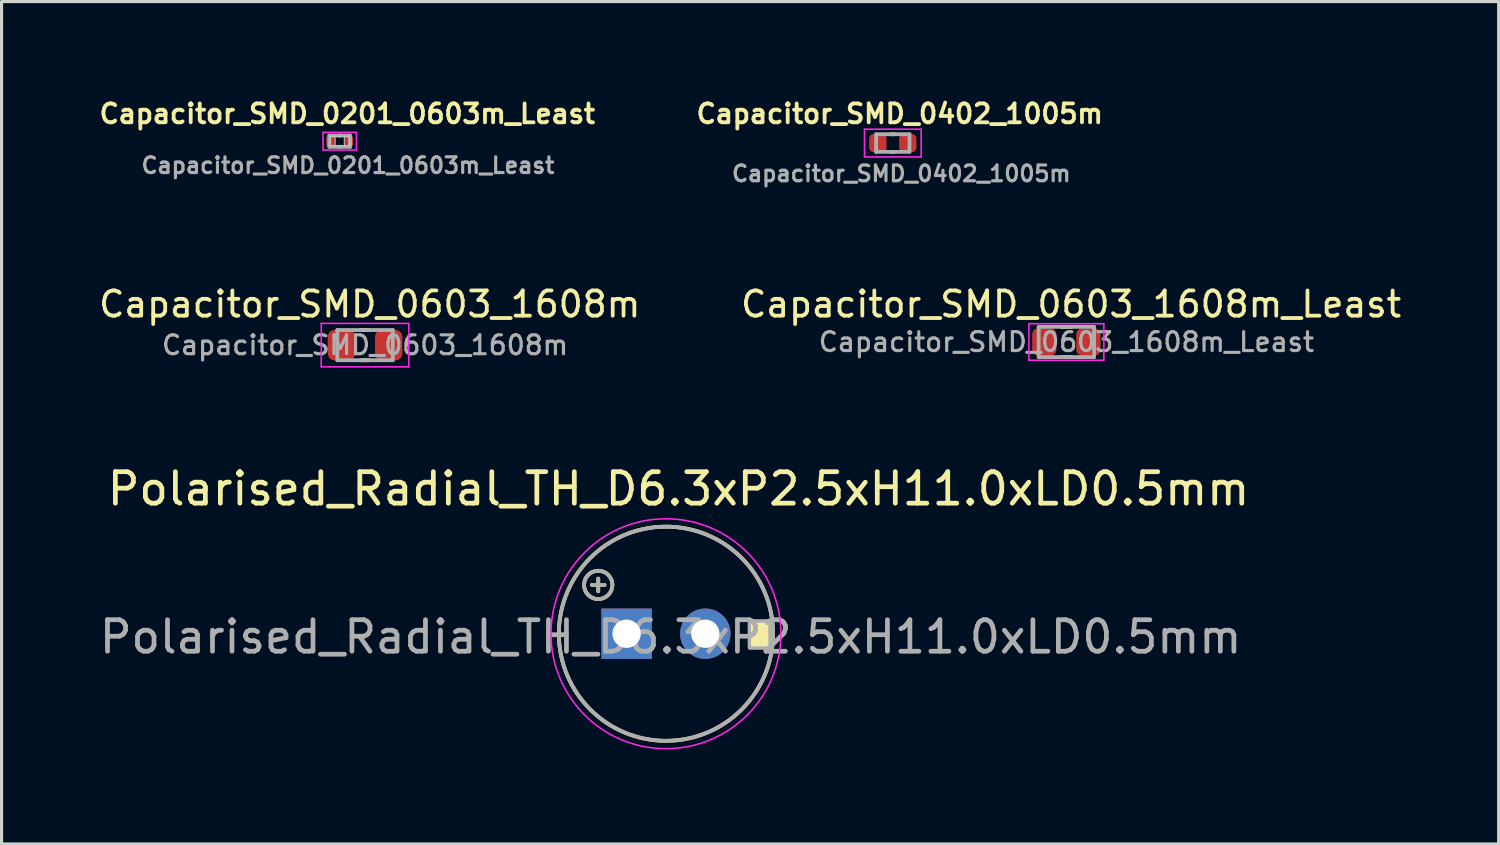
<source format=kicad_pcb>
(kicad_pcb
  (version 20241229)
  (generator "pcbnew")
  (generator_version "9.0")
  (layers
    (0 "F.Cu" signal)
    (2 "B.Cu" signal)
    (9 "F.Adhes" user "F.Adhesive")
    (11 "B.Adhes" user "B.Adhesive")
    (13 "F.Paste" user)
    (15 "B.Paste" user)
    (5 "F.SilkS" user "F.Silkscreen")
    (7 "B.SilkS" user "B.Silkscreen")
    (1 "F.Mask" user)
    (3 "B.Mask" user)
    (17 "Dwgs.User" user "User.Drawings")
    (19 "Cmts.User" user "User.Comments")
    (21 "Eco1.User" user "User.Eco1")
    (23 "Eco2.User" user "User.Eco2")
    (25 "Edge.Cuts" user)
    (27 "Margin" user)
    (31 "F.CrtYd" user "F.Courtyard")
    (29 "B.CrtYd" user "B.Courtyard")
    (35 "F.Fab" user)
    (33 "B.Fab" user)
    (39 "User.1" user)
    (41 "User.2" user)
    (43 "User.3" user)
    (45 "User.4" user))
  (footprint "Capacitor_SMD_0603_1608m_Least"
    (layer "F.Cu")
    (at 30.807 7.808)
    (property "Reference" "Capacitor_SMD_0603_1608m_Least" (at 0.15 -1.2 0) (layer "F.SilkS") (effects (font (size 0.8 0.8) (thickness 0.12))))
    (attr smd)
    (fp_line (start -0.165 -0.48) (end 0.165 -0.48) (stroke (width 0.12) (type solid)) (layer "F.SilkS"))
    (fp_line (start -0.165 0.48) (end 0.165 0.48) (stroke (width 0.12) (type solid)) (layer "F.SilkS"))
    (fp_line (start -1.19 -0.58) (end 1.19 -0.58) (stroke (width 0.05) (type solid)) (layer "F.CrtYd"))
    (fp_line (start -1.19 0.58) (end -1.19 -0.58) (stroke (width 0.05) (type solid)) (layer "F.CrtYd"))
    (fp_line (start 1.19 -0.58) (end 1.19 0.58) (stroke (width 0.05) (type solid)) (layer "F.CrtYd"))
    (fp_line (start 1.19 0.58) (end -1.19 0.58) (stroke (width 0.05) (type solid)) (layer "F.CrtYd"))
    (fp_line (start -0.88 -0.48) (end 0.88 -0.48) (stroke (width 0.12) (type solid)) (layer "F.Fab"))
    (fp_line (start -0.88 0.48) (end -0.88 -0.48) (stroke (width 0.12) (type solid)) (layer "F.Fab"))
    (fp_line (start 0.88 -0.48) (end 0.88 0.48) (stroke (width 0.12) (type solid)) (layer "F.Fab"))
    (fp_line (start 0.88 0.48) (end -0.88 0.48) (stroke (width 0.12) (type solid)) (layer "F.Fab"))
    (fp_text user "${REFERENCE}" (at 0 0 0) (layer "F.Fab") (effects (font (size 0.6 0.6) (thickness 0.1))))
    (pad "1" smd roundrect (at -0.7 0) (size 0.77 0.87) (layers "F.Cu" "F.Mask" "F.Paste") (roundrect_rratio 0.247))
    (pad "2" smd roundrect (at 0.7 0) (size 0.77 0.87) (layers "F.Cu" "F.Mask" "F.Paste") (roundrect_rratio 0.247)))
  (footprint "Capacitor_SMD_0201_0603m_Least"
    (layer "F.Cu")
    (at 7.737 1.432)
    (property "Reference" "Capacitor_SMD_0201_0603m_Least" (at 0.24 -0.87 0) (layer "F.SilkS") (effects (font (size 0.6 0.6) (thickness 0.12))))
    (attr smd)
    (fp_line (start -0.01 -0.18) (end 0.01 -0.18) (stroke (width 0.12) (type solid)) (layer "F.SilkS"))
    (fp_line (start -0.01 0.18) (end 0.01 0.18) (stroke (width 0.12) (type solid)) (layer "F.SilkS"))
    (fp_line (start -0.3 -0.15) (end -0.15 -0.15) (stroke (width 0.025) (type solid)) (layer "Dwgs.User"))
    (fp_line (start -0.3 -0.15) (end 0.3 -0.15) (stroke (width 0.025) (type solid)) (layer "Dwgs.User"))
    (fp_line (start -0.3 0.15) (end -0.3 -0.15) (stroke (width 0.025) (type solid)) (layer "Dwgs.User"))
    (fp_line (start -0.3 0.15) (end -0.3 -0.15) (stroke (width 0.025) (type solid)) (layer "Dwgs.User"))
    (fp_line (start -0.15 -0.15) (end -0.15 0.15) (stroke (width 0.025) (type solid)) (layer "Dwgs.User"))
    (fp_line (start -0.15 0.15) (end -0.3 0.15) (stroke (width 0.025) (type solid)) (layer "Dwgs.User"))
    (fp_line (start 0.15 -0.15) (end 0.3 -0.15) (stroke (width 0.025) (type solid)) (layer "Dwgs.User"))
    (fp_line (start 0.15 0.15) (end 0.15 -0.15) (stroke (width 0.025) (type solid)) (layer "Dwgs.User"))
    (fp_line (start 0.3 -0.15) (end 0.3 0.15) (stroke (width 0.025) (type solid)) (layer "Dwgs.User"))
    (fp_line (start 0.3 -0.15) (end 0.3 0.15) (stroke (width 0.025) (type solid)) (layer "Dwgs.User"))
    (fp_line (start 0.3 0.15) (end -0.3 0.15) (stroke (width 0.025) (type solid)) (layer "Dwgs.User"))
    (fp_line (start 0.3 0.15) (end 0.15 0.15) (stroke (width 0.025) (type solid)) (layer "Dwgs.User"))
    (fp_line (start -0.53 -0.28) (end 0.53 -0.28) (stroke (width 0.05) (type solid)) (layer "F.CrtYd"))
    (fp_line (start -0.53 0.28) (end -0.53 -0.28) (stroke (width 0.05) (type solid)) (layer "F.CrtYd"))
    (fp_line (start 0.53 -0.28) (end 0.53 0.28) (stroke (width 0.05) (type solid)) (layer "F.CrtYd"))
    (fp_line (start 0.53 0.28) (end -0.53 0.28) (stroke (width 0.05) (type solid)) (layer "F.CrtYd"))
    (fp_line (start -0.33 -0.18) (end 0.33 -0.18) (stroke (width 0.12) (type solid)) (layer "F.Fab"))
    (fp_line (start -0.33 0.18) (end -0.33 -0.18) (stroke (width 0.12) (type solid)) (layer "F.Fab"))
    (fp_line (start 0.33 -0.18) (end 0.33 0.18) (stroke (width 0.12) (type solid)) (layer "F.Fab"))
    (fp_line (start 0.33 0.18) (end -0.33 0.18) (stroke (width 0.12) (type solid)) (layer "F.Fab"))
    (fp_text user "${REFERENCE}" (at 0.26 0.77 0) (layer "F.Fab") (effects (font (size 0.5 0.5) (thickness 0.1))))
    (pad "1" smd roundrect (at -0.275 0) (size 0.31 0.34) (layers "F.Cu" "F.Mask" "F.Paste") (roundrect_rratio 0.258))
    (pad "2" smd roundrect (at 0.275 0) (size 0.31 0.34) (layers "F.Cu" "F.Mask" "F.Paste") (roundrect_rratio 0.258)))
  (footprint "Polarised_Radial_TH_D6.3xP2.5xH11.0xLD0.5mm"
    (layer "F.Cu")
    (at 16.844 17.071)
    (property "Reference" "Polarised_Radial_TH_D6.3xP2.5xH11.0xLD0.5mm" (at 1.65 -4.6 0) (unlocked yes) (layer "F.SilkS") (effects (font (size 1 1) (thickness 0.15))))
    (attr through_hole)
    (fp_line (start -1.1 -1.55) (end -0.7 -1.55) (stroke (width 0.12) (type solid)) (layer "F.SilkS"))
    (fp_line (start -0.9 -1.75) (end -0.9 -1.35) (stroke (width 0.12) (type solid)) (layer "F.SilkS"))
    (fp_circle (center -0.9 -1.55) (end -0.45 -1.55) (stroke (width 0.12) (type solid)) (fill no) (layer "F.SilkS"))
    (fp_circle (center 1.25 0) (end 4.65 0) (stroke (width 0.12) (type solid)) (fill no) (layer "F.SilkS"))
    (fp_poly (pts (xy 3.9 -0.4) (xy 3.9 0.45) (xy 4.55 0.45) (xy 4.55 -0.4)) (stroke (width 0.1) (type solid)) (fill yes) (layer "F.SilkS"))
    (fp_circle (center 1.25 0) (end 4.9 0) (stroke (width 0.05) (type solid)) (fill no) (layer "F.CrtYd"))
    (fp_line (start -1.1 -1.55) (end -0.7 -1.55) (stroke (width 0.12) (type solid)) (layer "F.Fab"))
    (fp_line (start -0.9 -1.75) (end -0.9 -1.35) (stroke (width 0.12) (type solid)) (layer "F.Fab"))
    (fp_circle (center -0.9 -1.55) (end -0.45 -1.55) (stroke (width 0.12) (type solid)) (fill no) (layer "F.Fab"))
    (fp_circle (center 1.25 0) (end 4.65 0) (stroke (width 0.12) (type solid)) (fill no) (layer "F.Fab"))
    (fp_poly (pts (xy 3.9 -0.4) (xy 3.9 0.45) (xy 4.55 0.45) (xy 4.55 -0.4)) (stroke (width 0.1) (type solid)) (fill no) (layer "F.Fab"))
    (fp_text user "${REFERENCE}" (at 1.4 0.1 0) (layer "F.Fab") (effects (font (size 1 1) (thickness 0.15))))
    (pad "1" thru_hole rect (at 0 0) (size 1.6 1.6) (drill 0.9) (layers "*.Cu" "*.Mask"))
    (pad "2" thru_hole circle (at 2.5 0) (size 1.6 1.6) (drill 0.9) (layers "*.Cu" "*.Mask")))
  (footprint "Capacitor_SMD_0402_1005m"
    (layer "F.Cu")
    (at 25.297 1.492)
    (property "Reference" "Capacitor_SMD_0402_1005m" (at 0.22 -0.93 0) (layer "F.SilkS") (effects (font (size 0.6 0.6) (thickness 0.12))))
    (attr smd)
    (fp_line (start -0.05 -0.28) (end 0.05 -0.28) (stroke (width 0.12) (type solid)) (layer "F.SilkS"))
    (fp_line (start -0.05 0.28) (end 0.05 0.28) (stroke (width 0.12) (type solid)) (layer "F.SilkS"))
    (fp_line (start -0.9 -0.44) (end 0.9 -0.44) (stroke (width 0.05) (type solid)) (layer "F.CrtYd"))
    (fp_line (start -0.9 0.44) (end -0.9 -0.44) (stroke (width 0.05) (type solid)) (layer "F.CrtYd"))
    (fp_line (start 0.9 -0.44) (end 0.9 0.44) (stroke (width 0.05) (type solid)) (layer "F.CrtYd"))
    (fp_line (start 0.9 0.44) (end -0.9 0.44) (stroke (width 0.05) (type solid)) (layer "F.CrtYd"))
    (fp_line (start -0.53 -0.28) (end 0.53 -0.28) (stroke (width 0.12) (type solid)) (layer "F.Fab"))
    (fp_line (start -0.53 0.28) (end -0.53 -0.28) (stroke (width 0.12) (type solid)) (layer "F.Fab"))
    (fp_line (start 0.53 -0.28) (end 0.53 0.28) (stroke (width 0.12) (type solid)) (layer "F.Fab"))
    (fp_line (start 0.53 0.28) (end -0.53 0.28) (stroke (width 0.12) (type solid)) (layer "F.Fab"))
    (fp_text user "${REFERENCE}" (at 0.27 0.97 0) (layer "F.Fab") (effects (font (size 0.5 0.5) (thickness 0.1))))
    (pad "1" smd roundrect (at -0.475 0) (size 0.55 0.58) (layers "F.Cu" "F.Mask" "F.Paste") (roundrect_rratio 0.255))
    (pad "2" smd roundrect (at 0.475 0) (size 0.55 0.58) (layers "F.Cu" "F.Mask" "F.Paste") (roundrect_rratio 0.255)))
  (footprint "Capacitor_SMD_0603_1608m"
    (layer "F.Cu")
    (at 8.54 7.908)
    (property "Reference" "Capacitor_SMD_0603_1608m" (at 0.15 -1.3 0) (unlocked yes) (layer "F.SilkS") (effects (font (size 0.8 0.8) (thickness 0.12))))
    (attr smd)
    (fp_line (start -0.135 -0.48) (end 0.135 -0.48) (stroke (width 0.12) (type solid)) (layer "F.SilkS"))
    (fp_line (start -0.135 0.48) (end 0.135 0.48) (stroke (width 0.12) (type solid)) (layer "F.SilkS"))
    (fp_line (start -1.39 -0.69) (end 1.39 -0.69) (stroke (width 0.05) (type solid)) (layer "F.CrtYd"))
    (fp_line (start -1.39 0.69) (end -1.39 -0.69) (stroke (width 0.05) (type solid)) (layer "F.CrtYd"))
    (fp_line (start 1.39 -0.69) (end 1.39 0.69) (stroke (width 0.05) (type solid)) (layer "F.CrtYd"))
    (fp_line (start 1.39 0.69) (end -1.39 0.69) (stroke (width 0.05) (type solid)) (layer "F.CrtYd"))
    (fp_line (start -0.88 -0.48) (end 0.88 -0.48) (stroke (width 0.12) (type solid)) (layer "F.Fab"))
    (fp_line (start -0.88 0.48) (end -0.88 -0.48) (stroke (width 0.12) (type solid)) (layer "F.Fab"))
    (fp_line (start 0.88 -0.48) (end 0.88 0.48) (stroke (width 0.12) (type solid)) (layer "F.Fab"))
    (fp_line (start 0.88 0.48) (end -0.88 0.48) (stroke (width 0.12) (type solid)) (layer "F.Fab"))
    (fp_text user "${REFERENCE}" (at 0 0 0) (layer "F.Fab") (effects (font (size 0.6 0.6) (thickness 0.1))))
    (pad "1" smd roundrect (at -0.75 0) (size 0.87 0.97) (layers "F.Cu" "F.Mask" "F.Paste") (roundrect_rratio 0.253))
    (pad "2" smd roundrect (at 0.75 0) (size 0.87 0.97) (layers "F.Cu" "F.Mask" "F.Paste") (roundrect_rratio 0.253)))
  (gr_rect
    (start -3 -3)
    (end 44.533 23.746)
    (stroke (width 0.1) (type default))
    (fill no)
    (layer "Edge.Cuts")))
</source>
